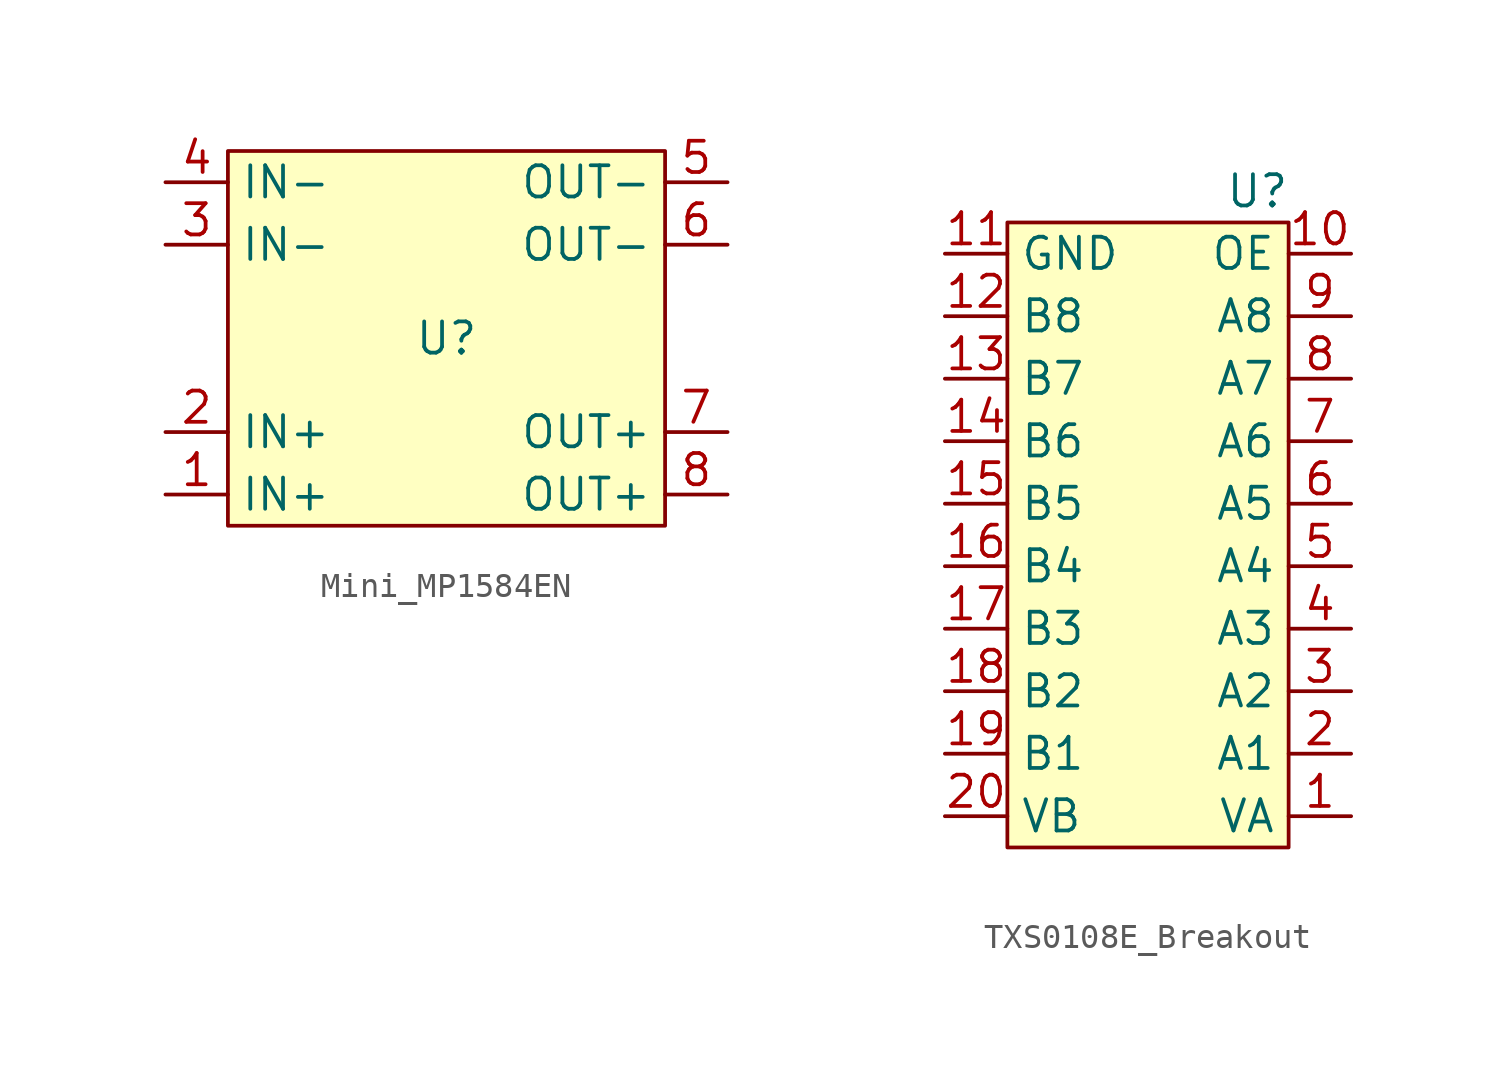
<source format=kicad_sym>
(kicad_symbol_lib
  (version 20220914)
  (generator kicad_symbol_editor)
  (symbol "Mini_MP1584EN"
    (property "Reference" "U"
      (at 0 0 0)
      (effects (font (size 1.27 1.27))))
    (property "Value" ""
      (at 0 0 0)
      (effects (font (size 1.27 1.27))))
    (symbol "Mini_MP1584EN_1_1"
      (rectangle (start -8.89 7.62) (end 8.89 -7.62) (stroke (width 0) (type default)) (fill (type background)))
      (pin passive line (at -11.43 -6.35 0) (length 2.54) (name "IN+" (effects (font (size 1.27 1.27)))) (number "1" (effects (font (size 1.27 1.27)))))
      (pin passive line (at -11.43 -3.81 0) (length 2.54) (name "IN+" (effects (font (size 1.27 1.27)))) (number "2" (effects (font (size 1.27 1.27)))))
      (pin passive line (at -11.43 3.81 0) (length 2.54) (name "IN-" (effects (font (size 1.27 1.27)))) (number "3" (effects (font (size 1.27 1.27)))))
      (pin passive line (at -11.43 6.35 0) (length 2.54) (name "IN-" (effects (font (size 1.27 1.27)))) (number "4" (effects (font (size 1.27 1.27)))))
      (pin passive line (at 11.43 6.35 180) (length 2.54) (name "OUT-" (effects (font (size 1.27 1.27)))) (number "5" (effects (font (size 1.27 1.27)))))
      (pin passive line (at 11.43 3.81 180) (length 2.54) (name "OUT-" (effects (font (size 1.27 1.27)))) (number "6" (effects (font (size 1.27 1.27)))))
      (pin passive line (at 11.43 -3.81 180) (length 2.54) (name "OUT+" (effects (font (size 1.27 1.27)))) (number "7" (effects (font (size 1.27 1.27)))))
      (pin passive line (at 11.43 -6.35 180) (length 2.54) (name "OUT+" (effects (font (size 1.27 1.27)))) (number "8" (effects (font (size 1.27 1.27)))))))
  (symbol "TXS0108E_Breakout"
    (property "Reference" "U"
      (at 5.08 13.97 0)
      (effects (font (size 1.27 1.27))))
    (property "Value" ""
      (at 5.08 13.97 0)
      (effects (font (size 1.27 1.27))))
    (symbol "TXS0108E_Breakout_1_1"
      (rectangle (start -5.08 12.7) (end 6.35 -12.7) (stroke (width 0) (type default)) (fill (type background)))
      (pin passive line (at 8.89 -11.43 180) (length 2.54) (name "VA" (effects (font (size 1.27 1.27)))) (number "1" (effects (font (size 1.27 1.27)))))
      (pin passive line (at 8.89 11.43 180) (length 2.54) (name "OE" (effects (font (size 1.27 1.27)))) (number "10" (effects (font (size 1.27 1.27)))))
      (pin passive line (at -7.62 11.43 0) (length 2.54) (name "GND" (effects (font (size 1.27 1.27)))) (number "11" (effects (font (size 1.27 1.27)))))
      (pin passive line (at -7.62 8.89 0) (length 2.54) (name "B8" (effects (font (size 1.27 1.27)))) (number "12" (effects (font (size 1.27 1.27)))))
      (pin passive line (at -7.62 6.35 0) (length 2.54) (name "B7" (effects (font (size 1.27 1.27)))) (number "13" (effects (font (size 1.27 1.27)))))
      (pin passive line (at -7.62 3.81 0) (length 2.54) (name "B6" (effects (font (size 1.27 1.27)))) (number "14" (effects (font (size 1.27 1.27)))))
      (pin passive line (at -7.62 1.27 0) (length 2.54) (name "B5" (effects (font (size 1.27 1.27)))) (number "15" (effects (font (size 1.27 1.27)))))
      (pin passive line (at -7.62 -1.27 0) (length 2.54) (name "B4" (effects (font (size 1.27 1.27)))) (number "16" (effects (font (size 1.27 1.27)))))
      (pin passive line (at -7.62 -3.81 0) (length 2.54) (name "B3" (effects (font (size 1.27 1.27)))) (number "17" (effects (font (size 1.27 1.27)))))
      (pin passive line (at -7.62 -6.35 0) (length 2.54) (name "B2" (effects (font (size 1.27 1.27)))) (number "18" (effects (font (size 1.27 1.27)))))
      (pin passive line (at -7.62 -8.89 0) (length 2.54) (name "B1" (effects (font (size 1.27 1.27)))) (number "19" (effects (font (size 1.27 1.27)))))
      (pin passive line (at 8.89 -8.89 180) (length 2.54) (name "A1" (effects (font (size 1.27 1.27)))) (number "2" (effects (font (size 1.27 1.27)))))
      (pin passive line (at -7.62 -11.43 0) (length 2.54) (name "VB" (effects (font (size 1.27 1.27)))) (number "20" (effects (font (size 1.27 1.27)))))
      (pin passive line (at 8.89 -6.35 180) (length 2.54) (name "A2" (effects (font (size 1.27 1.27)))) (number "3" (effects (font (size 1.27 1.27)))))
      (pin passive line (at 8.89 -3.81 180) (length 2.54) (name "A3" (effects (font (size 1.27 1.27)))) (number "4" (effects (font (size 1.27 1.27)))))
      (pin passive line (at 8.89 -1.27 180) (length 2.54) (name "A4" (effects (font (size 1.27 1.27)))) (number "5" (effects (font (size 1.27 1.27)))))
      (pin passive line (at 8.89 1.27 180) (length 2.54) (name "A5" (effects (font (size 1.27 1.27)))) (number "6" (effects (font (size 1.27 1.27)))))
      (pin passive line (at 8.89 3.81 180) (length 2.54) (name "A6" (effects (font (size 1.27 1.27)))) (number "7" (effects (font (size 1.27 1.27)))))
      (pin passive line (at 8.89 6.35 180) (length 2.54) (name "A7" (effects (font (size 1.27 1.27)))) (number "8" (effects (font (size 1.27 1.27)))))
      (pin passive line (at 8.89 8.89 180) (length 2.54) (name "A8" (effects (font (size 1.27 1.27)))) (number "9" (effects (font (size 1.27 1.27))))))))
</source>
